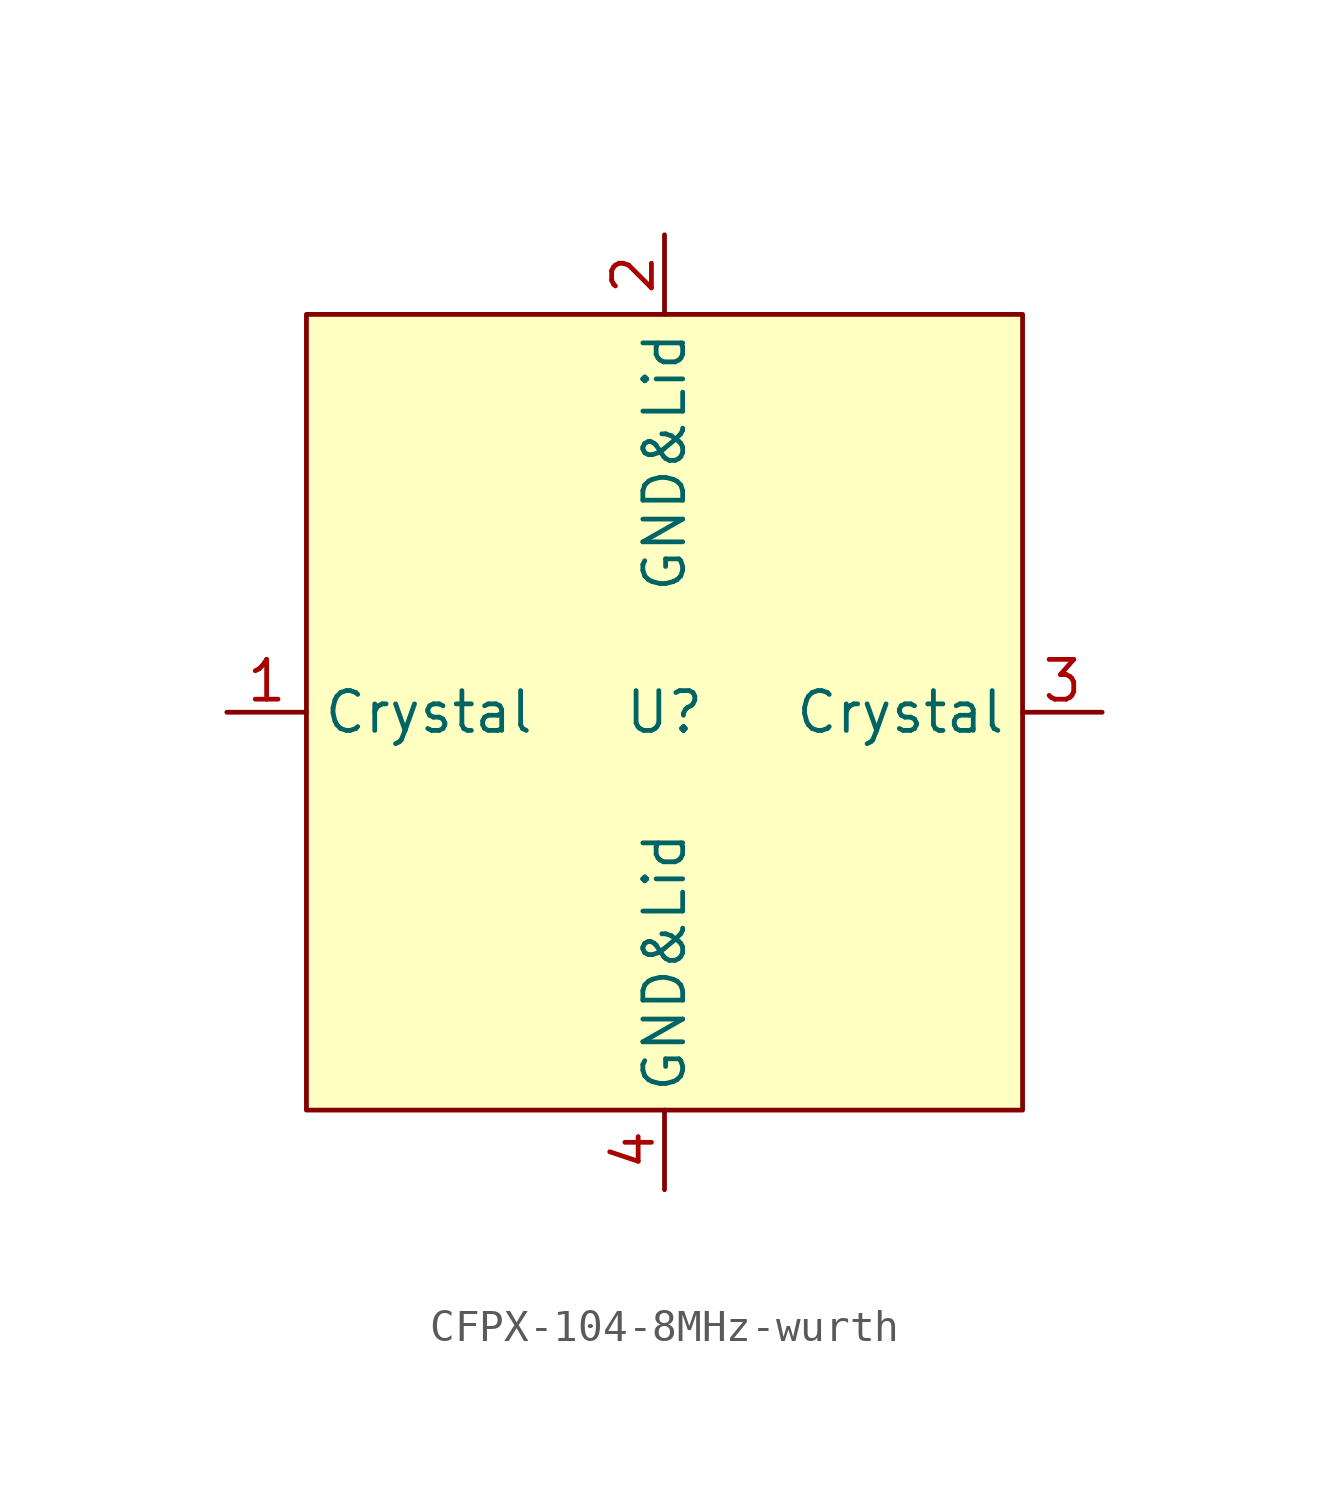
<source format=kicad_sym>
(kicad_symbol_lib
  (version 20241209)
  (generator "kicad_symbol_editor")
  (generator_version "9.0")
  (symbol "CFPX-104-8MHz-wurth"
    (property "Reference" "U"
      (at 0 0 0)
      (effects (font (size 1.27 1.27))))
    (property "Value" ""
      (at 0 0 0)
      (effects (font (size 1.27 1.27))))
    (symbol "CFPX-104-8MHz-wurth_1_1"
      (rectangle (start -11.43 12.7) (end 11.43 -12.7) (stroke (width 0) (type solid)) (fill (type color) (color 255 255 194 1)))
      (pin bidirectional line (at -13.97 0 0) (length 2.54) (name "Crystal" (effects (font (size 1.27 1.27)))) (number "1" (effects (font (size 1.27 1.27)))))
      (pin power_in line (at 0 15.24 270) (length 2.54) (name "GND&Lid" (effects (font (size 1.27 1.27)))) (number "2" (effects (font (size 1.27 1.27)))))
      (pin power_in line (at 0 -15.24 90) (length 2.54) (name "GND&Lid" (effects (font (size 1.27 1.27)))) (number "4" (effects (font (size 1.27 1.27)))))
      (pin bidirectional line (at 13.97 0 180) (length 2.54) (name "Crystal" (effects (font (size 1.27 1.27)))) (number "3" (effects (font (size 1.27 1.27))))))))
</source>
